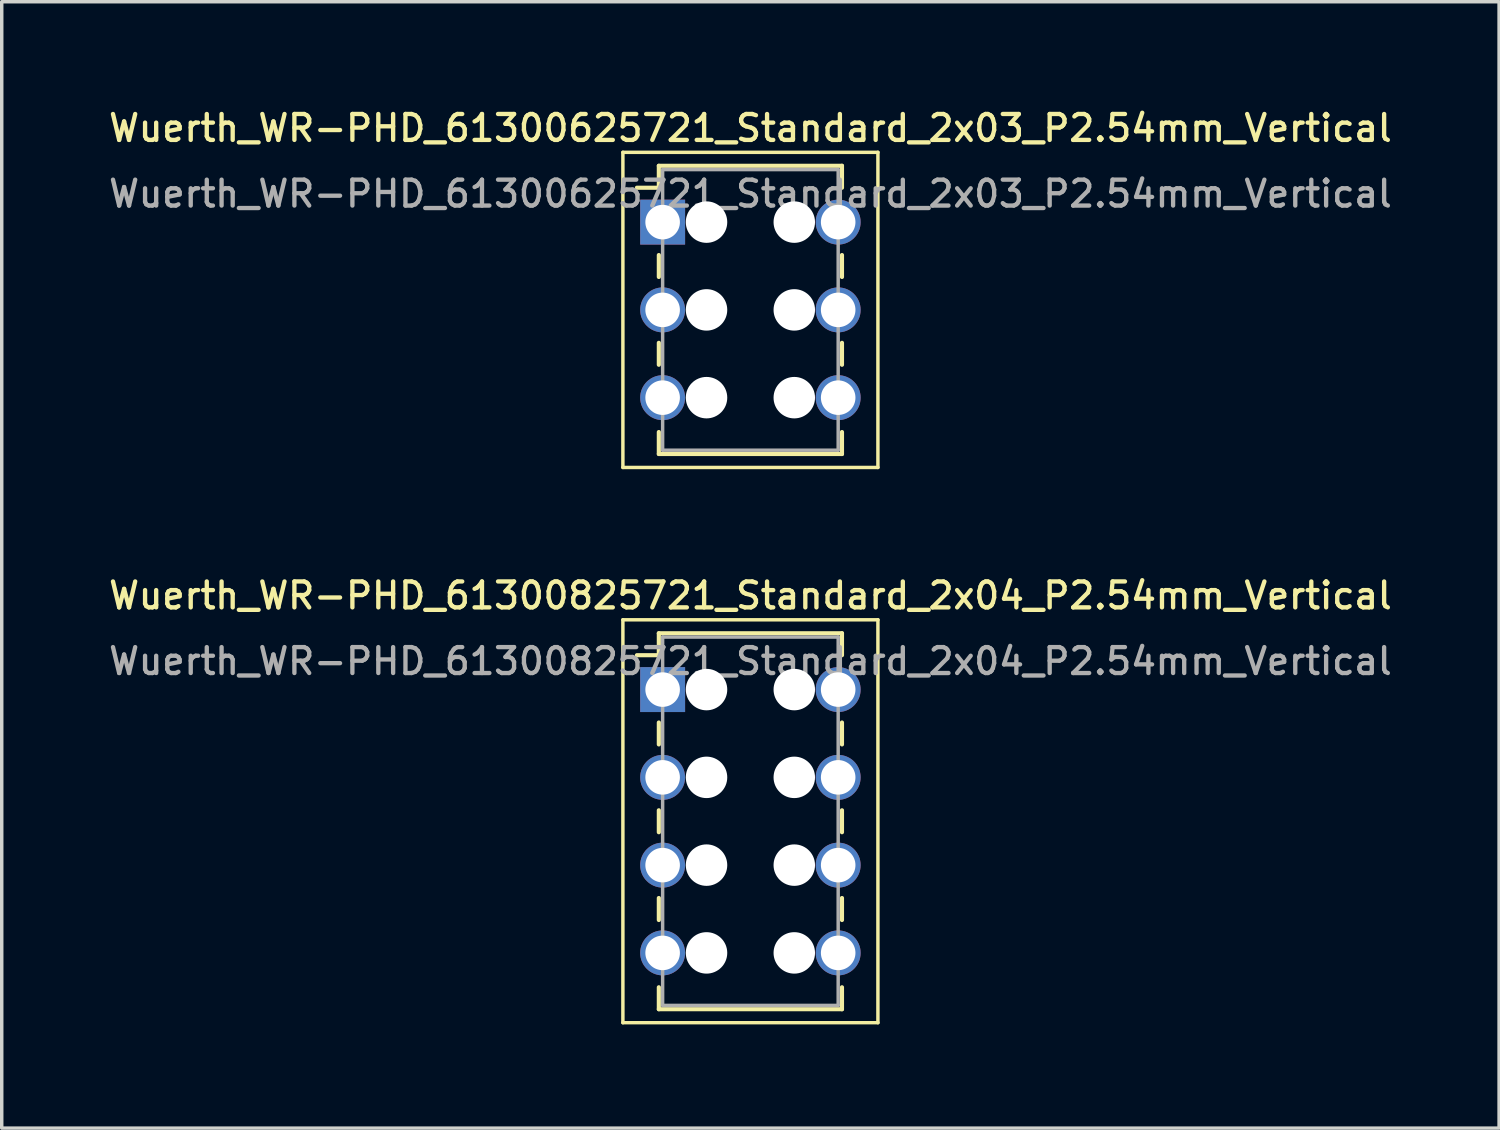
<source format=kicad_pcb>
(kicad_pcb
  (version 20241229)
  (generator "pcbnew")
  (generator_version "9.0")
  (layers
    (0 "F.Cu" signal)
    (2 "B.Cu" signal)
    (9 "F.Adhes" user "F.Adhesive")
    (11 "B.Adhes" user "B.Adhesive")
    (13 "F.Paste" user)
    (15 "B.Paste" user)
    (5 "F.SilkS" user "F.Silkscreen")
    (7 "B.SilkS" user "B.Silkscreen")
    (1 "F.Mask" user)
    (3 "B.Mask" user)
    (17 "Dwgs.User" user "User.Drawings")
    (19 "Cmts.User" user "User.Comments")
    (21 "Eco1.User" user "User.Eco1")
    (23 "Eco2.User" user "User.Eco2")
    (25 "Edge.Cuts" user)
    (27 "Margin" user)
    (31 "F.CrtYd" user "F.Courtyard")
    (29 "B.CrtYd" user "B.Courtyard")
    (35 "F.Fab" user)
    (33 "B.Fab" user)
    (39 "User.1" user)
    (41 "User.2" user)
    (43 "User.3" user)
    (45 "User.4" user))
  (footprint "Wuerth_WR-PHD_61300625721_Standard_2x03_P2.54mm_Vertical"
    (layer "F.Cu")
    (at 16.126 3.378)
    (property "Reference" "Wuerth_WR-PHD_61300625721_Standard_2x03_P2.54mm_Vertical" (at 2.54 -2.72 0) (layer "F.SilkS") (effects (font (size 0.75 0.75) (thickness 0.125))))
    (attr through_hole)
    (fp_line (start -1.15 -2.02) (end -1.15 7.1) (stroke (width 0.1) (type solid)) (layer "F.SilkS"))
    (fp_line (start -1.15 7.1) (end 6.23 7.1) (stroke (width 0.1) (type solid)) (layer "F.SilkS"))
    (fp_line (start -0.11 -1.63) (end -0.11 -0.995) (stroke (width 0.12) (type solid)) (layer "F.SilkS"))
    (fp_line (start -0.11 -1.63) (end 5.19 -1.63) (stroke (width 0.12) (type solid)) (layer "F.SilkS"))
    (fp_line (start -0.11 -0.995) (end -0.745 -0.995) (stroke (width 0.12) (type solid)) (layer "F.SilkS"))
    (fp_line (start -0.11 0.953) (end -0.11 1.587) (stroke (width 0.12) (type solid)) (layer "F.SilkS"))
    (fp_line (start -0.11 3.493) (end -0.11 4.128) (stroke (width 0.12) (type solid)) (layer "F.SilkS"))
    (fp_line (start -0.11 6.71) (end -0.11 6.075) (stroke (width 0.12) (type solid)) (layer "F.SilkS"))
    (fp_line (start -0.11 6.71) (end 5.19 6.71) (stroke (width 0.12) (type solid)) (layer "F.SilkS"))
    (fp_line (start 5.19 -1.63) (end 5.19 -0.995) (stroke (width 0.12) (type solid)) (layer "F.SilkS"))
    (fp_line (start 5.19 0.953) (end 5.19 1.587) (stroke (width 0.12) (type solid)) (layer "F.SilkS"))
    (fp_line (start 5.19 3.493) (end 5.19 4.128) (stroke (width 0.12) (type solid)) (layer "F.SilkS"))
    (fp_line (start 5.19 6.71) (end 5.19 6.075) (stroke (width 0.12) (type solid)) (layer "F.SilkS"))
    (fp_line (start 6.23 -2.02) (end -1.15 -2.02) (stroke (width 0.1) (type solid)) (layer "F.SilkS"))
    (fp_line (start 6.23 7.1) (end 6.23 -2.02) (stroke (width 0.1) (type solid)) (layer "F.SilkS"))
    (fp_line (start 0 -1.52) (end 0 6.6) (stroke (width 0.1) (type solid)) (layer "F.Fab"))
    (fp_line (start 0 6.6) (end 5.08 6.6) (stroke (width 0.1) (type solid)) (layer "F.Fab"))
    (fp_line (start 5.08 -1.52) (end 0 -1.52) (stroke (width 0.1) (type solid)) (layer "F.Fab"))
    (fp_line (start 5.08 6.6) (end 5.08 -1.52) (stroke (width 0.1) (type solid)) (layer "F.Fab"))
    (fp_text user "${REFERENCE}" (at 2.54 -0.82 0) (layer "F.Fab") (effects (font (size 0.75 0.75) (thickness 0.125))))
    (pad "" np_thru_hole circle (at 1.27 0) (size 1.2 1.2) (drill 1.2) (layers "*.Cu" "*.Mask"))
    (pad "" np_thru_hole circle (at 1.27 2.54) (size 1.2 1.2) (drill 1.2) (layers "*.Cu" "*.Mask"))
    (pad "" np_thru_hole circle (at 1.27 5.08) (size 1.2 1.2) (drill 1.2) (layers "*.Cu" "*.Mask"))
    (pad "" np_thru_hole circle (at 3.81 0) (size 1.2 1.2) (drill 1.2) (layers "*.Cu" "*.Mask"))
    (pad "" np_thru_hole circle (at 3.81 2.54) (size 1.2 1.2) (drill 1.2) (layers "*.Cu" "*.Mask"))
    (pad "" np_thru_hole circle (at 3.81 5.08) (size 1.2 1.2) (drill 1.2) (layers "*.Cu" "*.Mask"))
    (pad "1" thru_hole rect (at 0 0) (size 1.3 1.3) (drill 1) (layers "*.Cu" "*.Mask"))
    (pad "2" thru_hole circle (at 5.08 0) (size 1.3 1.3) (drill 1) (layers "*.Cu" "*.Mask"))
    (pad "3" thru_hole circle (at 0 2.54) (size 1.3 1.3) (drill 1) (layers "*.Cu" "*.Mask"))
    (pad "4" thru_hole circle (at 5.08 2.54) (size 1.3 1.3) (drill 1) (layers "*.Cu" "*.Mask"))
    (pad "5" thru_hole circle (at 0 5.08) (size 1.3 1.3) (drill 1) (layers "*.Cu" "*.Mask"))
    (pad "6" thru_hole circle (at 5.08 5.08) (size 1.3 1.3) (drill 1) (layers "*.Cu" "*.Mask")))
  (footprint "Wuerth_WR-PHD_61300825721_Standard_2x04_P2.54mm_Vertical"
    (layer "F.Cu")
    (at 16.126 16.906)
    (property "Reference" "Wuerth_WR-PHD_61300825721_Standard_2x04_P2.54mm_Vertical" (at 2.54 -2.72 0) (layer "F.SilkS") (effects (font (size 0.75 0.75) (thickness 0.125))))
    (attr through_hole)
    (fp_line (start -1.15 -2.02) (end -1.15 9.64) (stroke (width 0.1) (type solid)) (layer "F.SilkS"))
    (fp_line (start -1.15 9.64) (end 6.23 9.64) (stroke (width 0.1) (type solid)) (layer "F.SilkS"))
    (fp_line (start -0.11 -1.63) (end -0.11 -0.995) (stroke (width 0.12) (type solid)) (layer "F.SilkS"))
    (fp_line (start -0.11 -1.63) (end 5.19 -1.63) (stroke (width 0.12) (type solid)) (layer "F.SilkS"))
    (fp_line (start -0.11 -0.995) (end -0.745 -0.995) (stroke (width 0.12) (type solid)) (layer "F.SilkS"))
    (fp_line (start -0.11 0.953) (end -0.11 1.587) (stroke (width 0.12) (type solid)) (layer "F.SilkS"))
    (fp_line (start -0.11 3.493) (end -0.11 4.128) (stroke (width 0.12) (type solid)) (layer "F.SilkS"))
    (fp_line (start -0.11 6.032) (end -0.11 6.668) (stroke (width 0.12) (type solid)) (layer "F.SilkS"))
    (fp_line (start -0.11 9.25) (end -0.11 8.615) (stroke (width 0.12) (type solid)) (layer "F.SilkS"))
    (fp_line (start -0.11 9.25) (end 5.19 9.25) (stroke (width 0.12) (type solid)) (layer "F.SilkS"))
    (fp_line (start 5.19 -1.63) (end 5.19 -0.995) (stroke (width 0.12) (type solid)) (layer "F.SilkS"))
    (fp_line (start 5.19 0.953) (end 5.19 1.587) (stroke (width 0.12) (type solid)) (layer "F.SilkS"))
    (fp_line (start 5.19 3.493) (end 5.19 4.128) (stroke (width 0.12) (type solid)) (layer "F.SilkS"))
    (fp_line (start 5.19 6.032) (end 5.19 6.668) (stroke (width 0.12) (type solid)) (layer "F.SilkS"))
    (fp_line (start 5.19 9.25) (end 5.19 8.615) (stroke (width 0.12) (type solid)) (layer "F.SilkS"))
    (fp_line (start 6.23 -2.02) (end -1.15 -2.02) (stroke (width 0.1) (type solid)) (layer "F.SilkS"))
    (fp_line (start 6.23 9.64) (end 6.23 -2.02) (stroke (width 0.1) (type solid)) (layer "F.SilkS"))
    (fp_line (start 0 -1.52) (end 0 9.14) (stroke (width 0.1) (type solid)) (layer "F.Fab"))
    (fp_line (start 0 9.14) (end 5.08 9.14) (stroke (width 0.1) (type solid)) (layer "F.Fab"))
    (fp_line (start 5.08 -1.52) (end 0 -1.52) (stroke (width 0.1) (type solid)) (layer "F.Fab"))
    (fp_line (start 5.08 9.14) (end 5.08 -1.52) (stroke (width 0.1) (type solid)) (layer "F.Fab"))
    (fp_text user "${REFERENCE}" (at 2.54 -0.82 0) (layer "F.Fab") (effects (font (size 0.75 0.75) (thickness 0.125))))
    (pad "" np_thru_hole circle (at 1.27 0) (size 1.2 1.2) (drill 1.2) (layers "*.Cu" "*.Mask"))
    (pad "" np_thru_hole circle (at 1.27 2.54) (size 1.2 1.2) (drill 1.2) (layers "*.Cu" "*.Mask"))
    (pad "" np_thru_hole circle (at 1.27 5.08) (size 1.2 1.2) (drill 1.2) (layers "*.Cu" "*.Mask"))
    (pad "" np_thru_hole circle (at 1.27 7.62) (size 1.2 1.2) (drill 1.2) (layers "*.Cu" "*.Mask"))
    (pad "" np_thru_hole circle (at 3.81 0) (size 1.2 1.2) (drill 1.2) (layers "*.Cu" "*.Mask"))
    (pad "" np_thru_hole circle (at 3.81 2.54) (size 1.2 1.2) (drill 1.2) (layers "*.Cu" "*.Mask"))
    (pad "" np_thru_hole circle (at 3.81 5.08) (size 1.2 1.2) (drill 1.2) (layers "*.Cu" "*.Mask"))
    (pad "" np_thru_hole circle (at 3.81 7.62) (size 1.2 1.2) (drill 1.2) (layers "*.Cu" "*.Mask"))
    (pad "1" thru_hole rect (at 0 0) (size 1.3 1.3) (drill 1) (layers "*.Cu" "*.Mask"))
    (pad "2" thru_hole circle (at 5.08 0) (size 1.3 1.3) (drill 1) (layers "*.Cu" "*.Mask"))
    (pad "3" thru_hole circle (at 0 2.54) (size 1.3 1.3) (drill 1) (layers "*.Cu" "*.Mask"))
    (pad "4" thru_hole circle (at 5.08 2.54) (size 1.3 1.3) (drill 1) (layers "*.Cu" "*.Mask"))
    (pad "5" thru_hole circle (at 0 5.08) (size 1.3 1.3) (drill 1) (layers "*.Cu" "*.Mask"))
    (pad "6" thru_hole circle (at 5.08 5.08) (size 1.3 1.3) (drill 1) (layers "*.Cu" "*.Mask"))
    (pad "7" thru_hole circle (at 0 7.62) (size 1.3 1.3) (drill 1) (layers "*.Cu" "*.Mask"))
    (pad "8" thru_hole circle (at 5.08 7.62) (size 1.3 1.3) (drill 1) (layers "*.Cu" "*.Mask")))
  (gr_rect
    (start -3 -3)
    (end 40.332 29.596)
    (stroke (width 0.1) (type default))
    (fill no)
    (layer "Edge.Cuts")))
</source>
